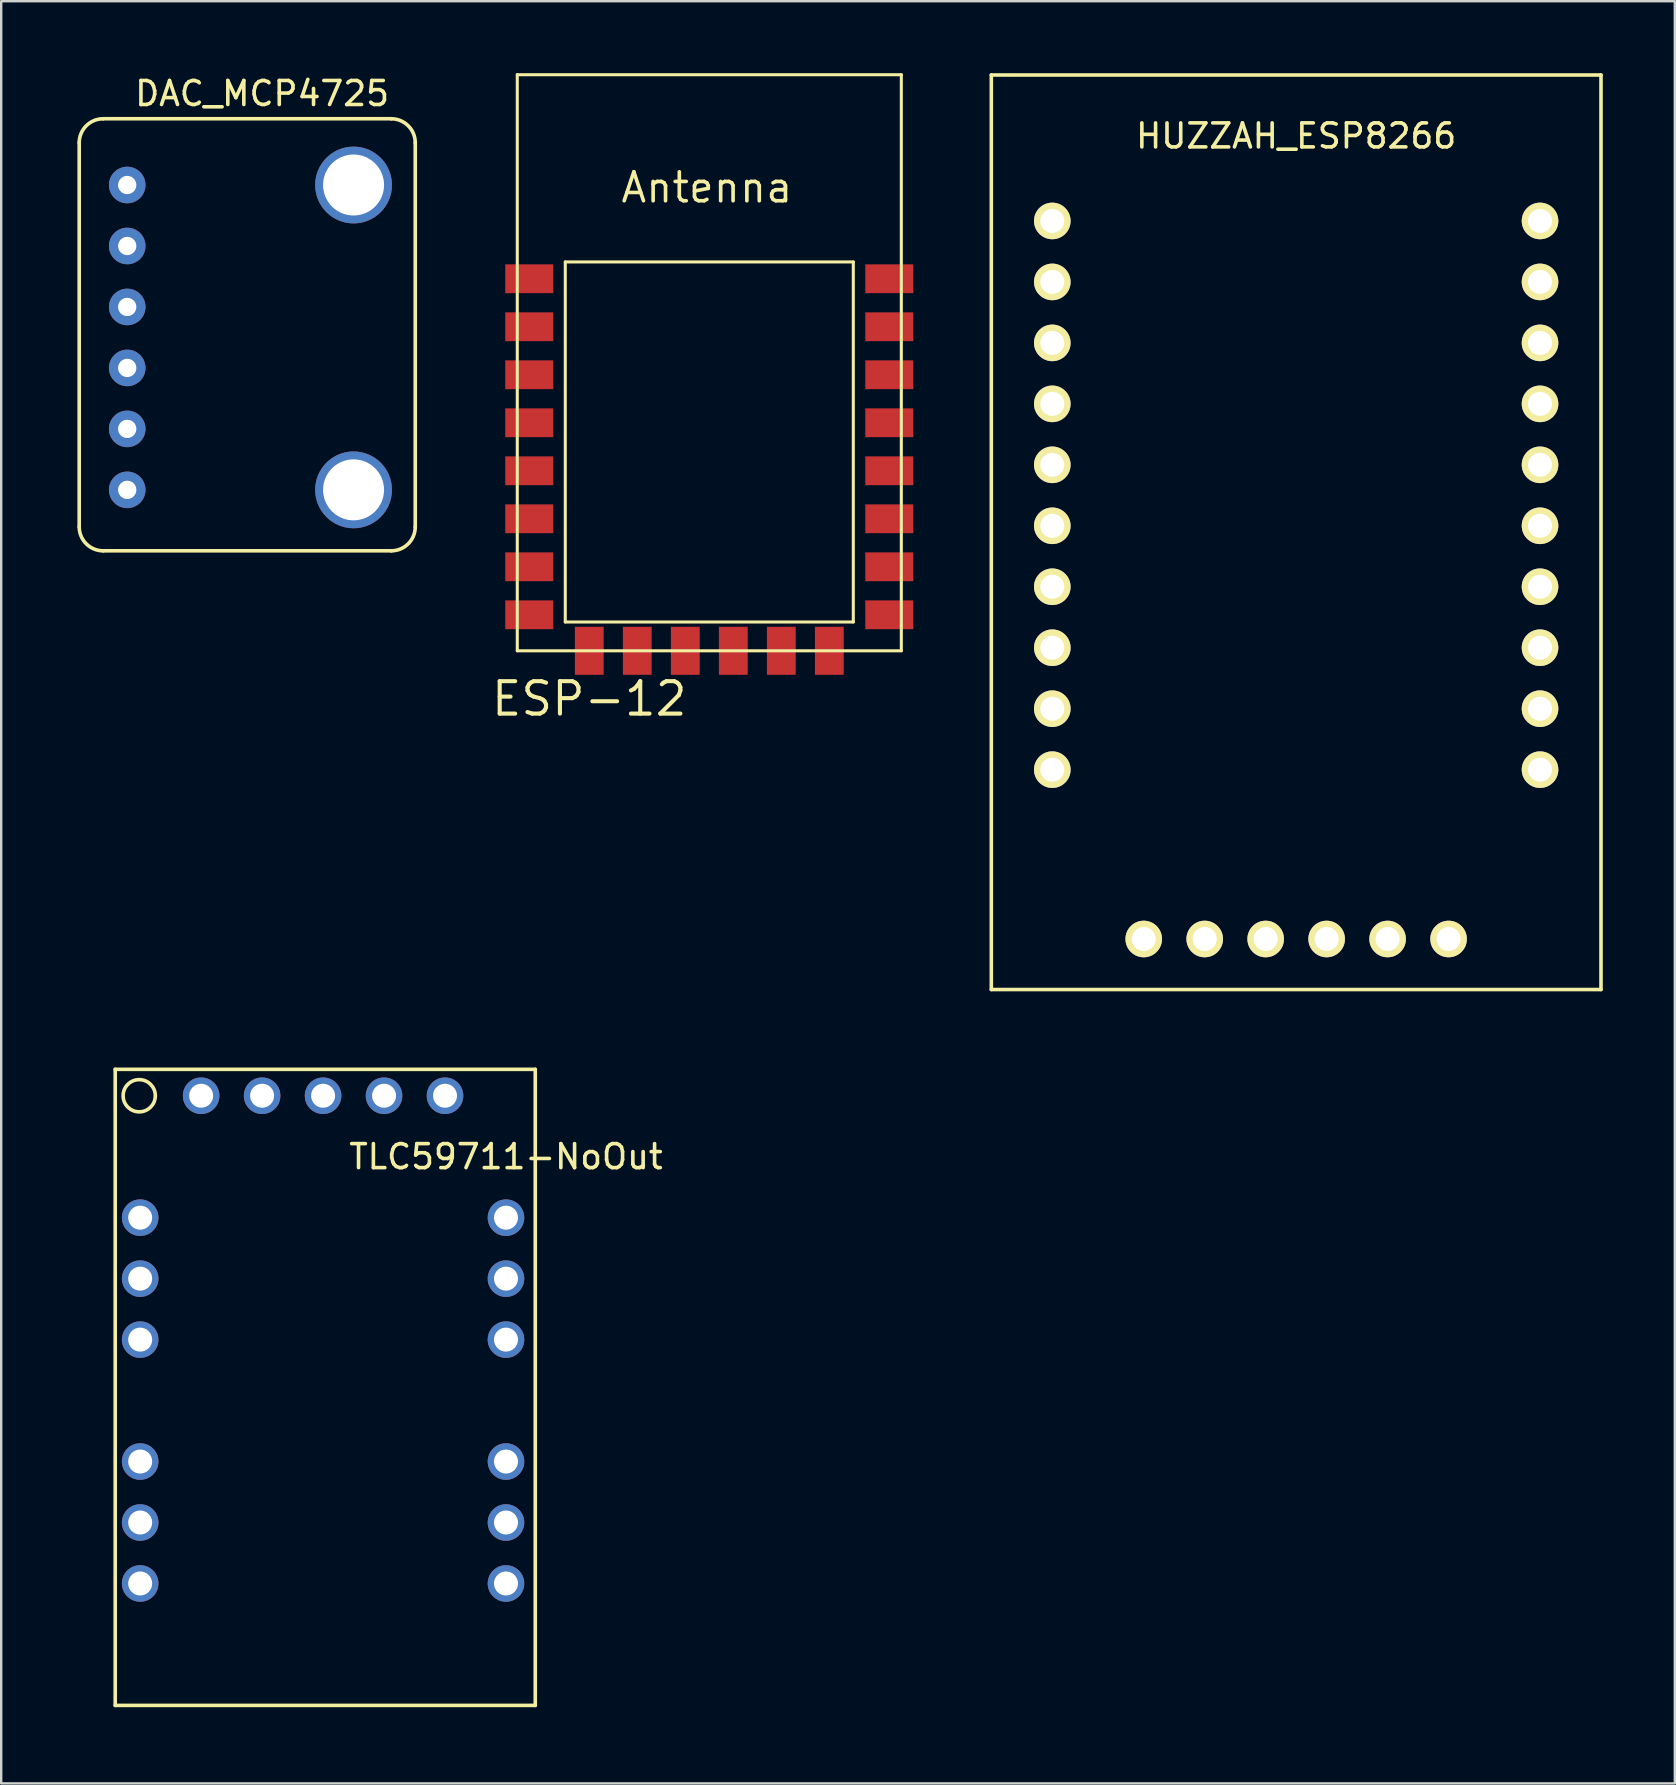
<source format=kicad_pcb>
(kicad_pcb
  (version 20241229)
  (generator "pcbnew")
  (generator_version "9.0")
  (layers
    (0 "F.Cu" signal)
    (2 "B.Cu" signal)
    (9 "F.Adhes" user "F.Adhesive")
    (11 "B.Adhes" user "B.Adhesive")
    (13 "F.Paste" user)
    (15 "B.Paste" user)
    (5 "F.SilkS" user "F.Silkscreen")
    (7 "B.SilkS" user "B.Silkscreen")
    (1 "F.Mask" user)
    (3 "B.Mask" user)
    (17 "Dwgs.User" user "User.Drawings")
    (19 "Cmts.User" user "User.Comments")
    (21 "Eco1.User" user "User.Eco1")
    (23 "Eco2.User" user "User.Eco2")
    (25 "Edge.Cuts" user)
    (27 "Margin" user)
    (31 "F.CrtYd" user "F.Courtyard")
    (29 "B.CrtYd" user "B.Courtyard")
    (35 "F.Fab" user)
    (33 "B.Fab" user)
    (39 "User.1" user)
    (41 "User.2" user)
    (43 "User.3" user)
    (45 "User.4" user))
  (footprint "DAC_MCP4725"
    (layer "F.Cu")
    (at 0.25 19.898)
    (property "Reference" "DAC_MCP4725" (at 7.62 -19.05 0) (layer "F.SilkS") (effects (font (size 1 1) (thickness 0.15))))
    (attr through_hole)
    (fp_line (start 0 -1) (end 0 -17) (stroke (width 0.15) (type solid)) (layer "F.SilkS"))
    (fp_line (start 1 -18) (end 13 -18) (stroke (width 0.15) (type solid)) (layer "F.SilkS"))
    (fp_line (start 13 0) (end 1 0) (stroke (width 0.15) (type solid)) (layer "F.SilkS"))
    (fp_line (start 14 -17) (end 14 -1) (stroke (width 0.15) (type solid)) (layer "F.SilkS"))
    (fp_arc (start 0 -17) (mid 0.292893 -17.707107) (end 1 -18) (stroke (width 0.15) (type solid)) (layer "F.SilkS"))
    (fp_arc (start 1 0) (mid 0.292893 -0.292893) (end 0 -1) (stroke (width 0.15) (type solid)) (layer "F.SilkS"))
    (fp_arc (start 13 -18) (mid 13.707107 -17.707107) (end 14 -17) (stroke (width 0.15) (type solid)) (layer "F.SilkS"))
    (fp_arc (start 14 -1) (mid 13.707107 -0.292893) (end 13 0) (stroke (width 0.15) (type solid)) (layer "F.SilkS"))
    (pad "" np_thru_hole circle (at 11.43 -15.24) (size 3.2 3.2) (drill 2.54) (layers "*.Cu" "*.Mask"))
    (pad "" np_thru_hole circle (at 11.43 -2.54) (size 3.2 3.2) (drill 2.54) (layers "*.Cu" "*.Mask"))
    (pad "0" thru_hole circle (at 2 -15.24) (size 1.524 1.524) (drill 0.762) (layers "*.Cu" "*.Mask"))
    (pad "1" thru_hole circle (at 2 -12.7) (size 1.524 1.524) (drill 0.762) (layers "*.Cu" "*.Mask"))
    (pad "2" thru_hole circle (at 2 -10.16) (size 1.524 1.524) (drill 0.762) (layers "*.Cu" "*.Mask"))
    (pad "3" thru_hole circle (at 2 -7.62) (size 1.524 1.524) (drill 0.762) (layers "*.Cu" "*.Mask"))
    (pad "4" thru_hole circle (at 2 -5.08) (size 1.524 1.524) (drill 0.762) (layers "*.Cu" "*.Mask"))
    (pad "5" thru_hole circle (at 2 -2.54) (size 1.524 1.524) (drill 0.762) (layers "*.Cu" "*.Mask")))
  (footprint "ESP-12"
    (layer "F.Cu")
    (at 26.5 13.063)
    (property "Reference" "ESP-12" (at -5 13 0) (layer "F.SilkS") (effects (font (size 1.351 1.351) (thickness 0.171))))
    (attr through_hole)
    (fp_line (start -8 -13) (end 8 -13) (stroke (width 0.127) (type solid)) (layer "F.SilkS"))
    (fp_line (start -8 11) (end -8 -13) (stroke (width 0.127) (type solid)) (layer "F.SilkS"))
    (fp_line (start -6 -5.2) (end 6 -5.2) (stroke (width 0.127) (type solid)) (layer "F.SilkS"))
    (fp_line (start -6 9.8) (end -6 -5.2) (stroke (width 0.127) (type solid)) (layer "F.SilkS"))
    (fp_line (start 6 -5.2) (end 6 9.8) (stroke (width 0.127) (type solid)) (layer "F.SilkS"))
    (fp_line (start 6 9.8) (end -6 9.8) (stroke (width 0.127) (type solid)) (layer "F.SilkS"))
    (fp_line (start 8 -13) (end 8 11) (stroke (width 0.127) (type solid)) (layer "F.SilkS"))
    (fp_line (start 8 11) (end -8 11) (stroke (width 0.127) (type solid)) (layer "F.SilkS"))
    (fp_text user "Antenna" (at -0.1 -8.3 0) (layer "F.SilkS") (effects (font (size 1.206 1.206) (thickness 0.152))))
    (pad "0" smd rect (at 7.5 3.5) (size 2 1.2) (layers "F.Cu" "F.Mask" "F.Paste"))
    (pad "2" smd rect (at 7.5 5.5) (size 2 1.2) (layers "F.Cu" "F.Mask" "F.Paste"))
    (pad "4" smd rect (at 7.5 1.5) (size 2 1.2) (layers "F.Cu" "F.Mask" "F.Paste"))
    (pad "5" smd rect (at 7.5 -0.5) (size 2 1.2) (layers "F.Cu" "F.Mask" "F.Paste"))
    (pad "9" smd rect (at -1 11) (size 1.2 2) (layers "F.Cu" "F.Mask" "F.Paste"))
    (pad "10" smd rect (at 1 11) (size 1.2 2) (layers "F.Cu" "F.Mask" "F.Paste"))
    (pad "12" smd rect (at -7.5 5.5) (size 2 1.2) (layers "F.Cu" "F.Mask" "F.Paste"))
    (pad "13" smd rect (at -7.5 7.5) (size 2 1.2) (layers "F.Cu" "F.Mask" "F.Paste"))
    (pad "14" smd rect (at -7.5 3.5) (size 2 1.2) (layers "F.Cu" "F.Mask" "F.Paste"))
    (pad "15" smd rect (at 7.5 7.5) (size 2 1.2) (layers "F.Cu" "F.Mask" "F.Paste"))
    (pad "16" smd rect (at -7.5 1.5) (size 2 1.2) (layers "F.Cu" "F.Mask" "F.Paste"))
    (pad "ADC" smd rect (at -7.5 -2.5) (size 2 1.2) (layers "F.Cu" "F.Mask" "F.Paste"))
    (pad "CS0" smd rect (at -5 11) (size 1.2 2) (layers "F.Cu" "F.Mask" "F.Paste"))
    (pad "EN" smd rect (at -7.5 -0.5) (size 2 1.2) (layers "F.Cu" "F.Mask" "F.Paste"))
    (pad "GND" smd rect (at 7.5 9.5) (size 2 1.2) (layers "F.Cu" "F.Mask" "F.Paste"))
    (pad "MISO" smd rect (at -3 11) (size 1.2 2) (layers "F.Cu" "F.Mask" "F.Paste"))
    (pad "MOSI" smd rect (at 3 11) (size 1.2 2) (layers "F.Cu" "F.Mask" "F.Paste"))
    (pad "RST" smd rect (at -7.5 -4.5) (size 2 1.2) (layers "F.Cu" "F.Mask" "F.Paste"))
    (pad "RX" smd rect (at 7.5 -2.5) (size 2 1.2) (layers "F.Cu" "F.Mask" "F.Paste"))
    (pad "SCLK" smd rect (at 5 11) (size 1.2 2) (layers "F.Cu" "F.Mask" "F.Paste"))
    (pad "TX" smd rect (at 7.5 -4.5) (size 2 1.2) (layers "F.Cu" "F.Mask" "F.Paste"))
    (pad "VCC" smd rect (at -7.5 9.5) (size 2 1.2) (layers "F.Cu" "F.Mask" "F.Paste")))
  (footprint "HUZZAH_ESP8266"
    (layer "F.Cu")
    (at 38.25 38.175)
    (property "Reference" "HUZZAH_ESP8266" (at 12.7 -35.56 0) (layer "F.SilkS") (effects (font (size 1 1) (thickness 0.15))))
    (attr through_hole)
    (fp_line (start 0 -38.1) (end 25.4 -38.1) (stroke (width 0.15) (type solid)) (layer "F.SilkS"))
    (fp_line (start 0 0) (end 0 -38.1) (stroke (width 0.15) (type solid)) (layer "F.SilkS"))
    (fp_line (start 0 0) (end 25.4 0) (stroke (width 0.15) (type solid)) (layer "F.SilkS"))
    (fp_line (start 25.4 0) (end 25.4 -38.1) (stroke (width 0.15) (type solid)) (layer "F.SilkS"))
    (pad "0" thru_hole circle (at 22.86 -21.86) (size 1.524 1.524) (drill 1) (layers "*.Cu" "*.Mask" "F.SilkS"))
    (pad "2" thru_hole circle (at 22.86 -19.32) (size 1.524 1.524) (drill 1) (layers "*.Cu" "*.Mask" "F.SilkS"))
    (pad "3V" thru_hole circle (at 22.86 -14.24) (size 1.524 1.524) (drill 1) (layers "*.Cu" "*.Mask" "F.SilkS"))
    (pad "4" thru_hole circle (at 22.86 -24.4) (size 1.524 1.524) (drill 1) (layers "*.Cu" "*.Mask" "F.SilkS"))
    (pad "5" thru_hole circle (at 22.86 -26.94) (size 1.524 1.524) (drill 1) (layers "*.Cu" "*.Mask" "F.SilkS"))
    (pad "12" thru_hole circle (at 2.54 -19.32) (size 1.524 1.524) (drill 1) (layers "*.Cu" "*.Mask" "F.SilkS"))
    (pad "13" thru_hole circle (at 2.54 -16.78) (size 1.524 1.524) (drill 1) (layers "*.Cu" "*.Mask" "F.SilkS"))
    (pad "14" thru_hole circle (at 2.54 -21.86) (size 1.524 1.524) (drill 1) (layers "*.Cu" "*.Mask" "F.SilkS"))
    (pad "15" thru_hole circle (at 22.86 -16.78) (size 1.524 1.524) (drill 1) (layers "*.Cu" "*.Mask" "F.SilkS"))
    (pad "16" thru_hole circle (at 2.54 -24.4) (size 1.524 1.524) (drill 1) (layers "*.Cu" "*.Mask" "F.SilkS"))
    (pad "A" thru_hole circle (at 2.54 -29.48) (size 1.524 1.524) (drill 1) (layers "*.Cu" "*.Mask" "F.SilkS"))
    (pad "EN" thru_hole circle (at 2.54 -26.94) (size 1.524 1.524) (drill 1) (layers "*.Cu" "*.Mask" "F.SilkS"))
    (pad "FGND" thru_hole circle (at 19.05 -2.105) (size 1.524 1.524) (drill 1) (layers "*.Cu" "*.Mask" "F.SilkS"))
    (pad "F_RX" thru_hole circle (at 11.43 -2.105) (size 1.524 1.524) (drill 1) (layers "*.Cu" "*.Mask" "F.SilkS"))
    (pad "F_TX" thru_hole circle (at 8.89 -2.105) (size 1.524 1.524) (drill 1) (layers "*.Cu" "*.Mask" "F.SilkS"))
    (pad "F_V+" thru_hole circle (at 13.97 -2.105) (size 1.524 1.524) (drill 1) (layers "*.Cu" "*.Mask" "F.SilkS"))
    (pad "GND" thru_hole circle (at 2.54 -9.16) (size 1.524 1.524) (drill 1) (layers "*.Cu" "*.Mask" "F.SilkS"))
    (pad "GND" thru_hole circle (at 22.86 -9.16) (size 1.524 1.524) (drill 1) (layers "*.Cu" "*.Mask" "F.SilkS"))
    (pad "LDO" thru_hole circle (at 22.86 -11.7) (size 1.524 1.524) (drill 1) (layers "*.Cu" "*.Mask" "F.SilkS"))
    (pad "NUL1" thru_hole circle (at 6.35 -2.105) (size 1.524 1.524) (drill 1) (layers "*.Cu" "*.Mask" "F.SilkS"))
    (pad "NUL2" thru_hole circle (at 16.51 -2.105) (size 1.524 1.524) (drill 1) (layers "*.Cu" "*.Mask" "F.SilkS"))
    (pad "RST" thru_hole circle (at 2.54 -32.02) (size 1.524 1.524) (drill 1) (layers "*.Cu" "*.Mask" "F.SilkS"))
    (pad "RX" thru_hole circle (at 22.86 -29.48) (size 1.524 1.524) (drill 1) (layers "*.Cu" "*.Mask" "F.SilkS"))
    (pad "TX" thru_hole circle (at 22.86 -32.02) (size 1.524 1.524) (drill 1) (layers "*.Cu" "*.Mask" "F.SilkS"))
    (pad "V+" thru_hole circle (at 2.54 -14.24) (size 1.524 1.524) (drill 1) (layers "*.Cu" "*.Mask" "F.SilkS"))
    (pad "VBAT" thru_hole circle (at 2.54 -11.7) (size 1.524 1.524) (drill 1) (layers "*.Cu" "*.Mask" "F.SilkS")))
  (footprint "TLC59711-NoOut"
    (layer "F.Cu")
    (at 0.25 68)
    (property "Reference" "TLC59711-NoOut" (at 17.78 -22.86 0) (layer "F.SilkS") (effects (font (size 1 1) (thickness 0.15))))
    (attr through_hole)
    (fp_line (start 1.5 -26.5) (end 19 -26.5) (stroke (width 0.15) (type solid)) (layer "F.SilkS"))
    (fp_line (start 1.5 0) (end 1.5 -26.5) (stroke (width 0.15) (type solid)) (layer "F.SilkS"))
    (fp_line (start 19 -26.5) (end 19 0) (stroke (width 0.15) (type solid)) (layer "F.SilkS"))
    (fp_line (start 19 0) (end 1.5 0) (stroke (width 0.15) (type solid)) (layer "F.SilkS"))
    (fp_circle (center 2.5 -25.4) (end 3.1 -25.1) (stroke (width 0.15) (type solid)) (fill no) (layer "F.SilkS"))
    (pad "1" thru_hole circle (at 2.54 -20.32) (size 1.524 1.524) (drill 1) (layers "*.Cu" "*.Mask"))
    (pad "2" thru_hole circle (at 2.54 -17.78) (size 1.524 1.524) (drill 1) (layers "*.Cu" "*.Mask"))
    (pad "3" thru_hole circle (at 2.54 -15.24) (size 1.524 1.524) (drill 1) (layers "*.Cu" "*.Mask"))
    (pad "4" thru_hole circle (at 2.54 -10.16) (size 1.524 1.524) (drill 1) (layers "*.Cu" "*.Mask"))
    (pad "5" thru_hole circle (at 2.54 -7.62) (size 1.524 1.524) (drill 1) (layers "*.Cu" "*.Mask"))
    (pad "6" thru_hole circle (at 2.54 -5.08) (size 1.524 1.524) (drill 1) (layers "*.Cu" "*.Mask"))
    (pad "7" thru_hole circle (at 17.78 -5.08) (size 1.524 1.524) (drill 1) (layers "*.Cu" "*.Mask"))
    (pad "8" thru_hole circle (at 17.78 -7.62) (size 1.524 1.524) (drill 1) (layers "*.Cu" "*.Mask"))
    (pad "9" thru_hole circle (at 17.78 -10.16) (size 1.524 1.524) (drill 1) (layers "*.Cu" "*.Mask"))
    (pad "10" thru_hole circle (at 17.78 -15.24) (size 1.524 1.524) (drill 1) (layers "*.Cu" "*.Mask"))
    (pad "11" thru_hole circle (at 17.78 -17.78) (size 1.524 1.524) (drill 1) (layers "*.Cu" "*.Mask"))
    (pad "12" thru_hole circle (at 17.78 -20.32) (size 1.524 1.524) (drill 1) (layers "*.Cu" "*.Mask"))
    (pad "13" thru_hole circle (at 15.24 -25.4) (size 1.524 1.524) (drill 1) (layers "*.Cu" "*.Mask"))
    (pad "14" thru_hole circle (at 12.7 -25.4) (size 1.524 1.524) (drill 1) (layers "*.Cu" "*.Mask"))
    (pad "15" thru_hole circle (at 10.16 -25.4) (size 1.524 1.524) (drill 1) (layers "*.Cu" "*.Mask"))
    (pad "16" thru_hole circle (at 7.62 -25.4) (size 1.524 1.524) (drill 1) (layers "*.Cu" "*.Mask"))
    (pad "17" thru_hole circle (at 5.08 -25.4) (size 1.524 1.524) (drill 1) (layers "*.Cu" "*.Mask")))
  (gr_rect
    (start -3 -3)
    (end 66.725 71.25)
    (stroke (width 0.1) (type default))
    (fill no)
    (layer "Edge.Cuts")))
</source>
